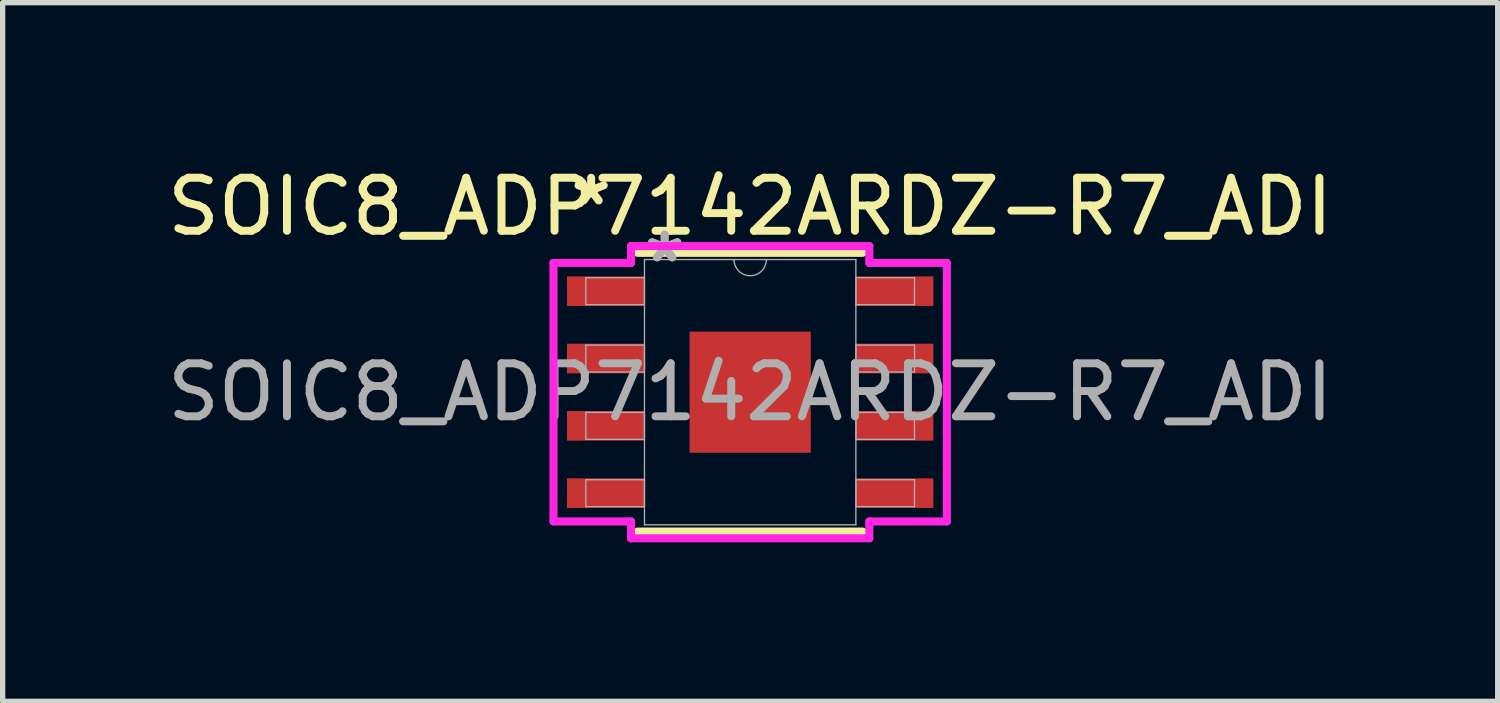
<source format=kicad_pcb>
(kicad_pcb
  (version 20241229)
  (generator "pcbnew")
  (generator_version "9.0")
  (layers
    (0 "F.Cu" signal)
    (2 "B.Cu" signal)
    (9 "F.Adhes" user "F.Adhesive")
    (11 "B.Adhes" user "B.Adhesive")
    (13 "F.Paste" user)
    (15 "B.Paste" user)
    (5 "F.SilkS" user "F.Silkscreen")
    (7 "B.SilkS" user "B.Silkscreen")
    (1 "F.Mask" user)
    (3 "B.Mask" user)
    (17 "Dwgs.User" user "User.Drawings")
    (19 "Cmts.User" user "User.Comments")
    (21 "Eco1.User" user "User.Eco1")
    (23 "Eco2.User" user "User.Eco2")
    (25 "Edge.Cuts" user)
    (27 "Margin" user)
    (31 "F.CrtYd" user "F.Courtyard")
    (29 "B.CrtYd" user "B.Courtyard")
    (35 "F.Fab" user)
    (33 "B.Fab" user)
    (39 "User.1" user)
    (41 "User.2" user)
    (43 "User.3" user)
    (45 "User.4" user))
  (footprint "SOIC8_ADP7142ARDZ-R7_ADI"
    (layer "F.Cu")
    (at 11.101 4.348)
    (property "Reference" "SOIC8_ADP7142ARDZ-R7_ADI" (at 0 -3.5 0) (unlocked yes) (layer "F.SilkS") (effects (font (size 1 1) (thickness 0.15))))
    (attr smd)
    (fp_line (start -2.121 2.629) (end 2.121 2.629) (stroke (width 0.152) (type solid)) (layer "F.SilkS"))
    (fp_line (start 2.121 -2.629) (end -2.121 -2.629) (stroke (width 0.152) (type solid)) (layer "F.SilkS"))
    (fp_line (start -3.71 -2.438) (end -2.248 -2.438) (stroke (width 0.152) (type solid)) (layer "F.CrtYd"))
    (fp_line (start -3.71 2.438) (end -3.71 -2.438) (stroke (width 0.152) (type solid)) (layer "F.CrtYd"))
    (fp_line (start -3.71 2.438) (end -2.248 2.438) (stroke (width 0.152) (type solid)) (layer "F.CrtYd"))
    (fp_line (start -2.248 -2.756) (end 2.248 -2.756) (stroke (width 0.152) (type solid)) (layer "F.CrtYd"))
    (fp_line (start -2.248 -2.438) (end -2.248 -2.756) (stroke (width 0.152) (type solid)) (layer "F.CrtYd"))
    (fp_line (start -2.248 2.756) (end -2.248 2.438) (stroke (width 0.152) (type solid)) (layer "F.CrtYd"))
    (fp_line (start 2.248 -2.756) (end 2.248 -2.438) (stroke (width 0.152) (type solid)) (layer "F.CrtYd"))
    (fp_line (start 2.248 2.438) (end 2.248 2.756) (stroke (width 0.152) (type solid)) (layer "F.CrtYd"))
    (fp_line (start 2.248 2.756) (end -2.248 2.756) (stroke (width 0.152) (type solid)) (layer "F.CrtYd"))
    (fp_line (start 3.71 -2.438) (end 2.248 -2.438) (stroke (width 0.152) (type solid)) (layer "F.CrtYd"))
    (fp_line (start 3.71 -2.438) (end 3.71 2.438) (stroke (width 0.152) (type solid)) (layer "F.CrtYd"))
    (fp_line (start 3.71 2.438) (end 2.248 2.438) (stroke (width 0.152) (type solid)) (layer "F.CrtYd"))
    (fp_line (start -3.1 -2.159) (end -3.1 -1.651) (stroke (width 0.025) (type solid)) (layer "F.Fab"))
    (fp_line (start -3.1 -1.651) (end -1.994 -1.651) (stroke (width 0.025) (type solid)) (layer "F.Fab"))
    (fp_line (start -3.1 -0.889) (end -3.1 -0.381) (stroke (width 0.025) (type solid)) (layer "F.Fab"))
    (fp_line (start -3.1 -0.381) (end -1.994 -0.381) (stroke (width 0.025) (type solid)) (layer "F.Fab"))
    (fp_line (start -3.1 0.381) (end -3.1 0.889) (stroke (width 0.025) (type solid)) (layer "F.Fab"))
    (fp_line (start -3.1 0.889) (end -1.994 0.889) (stroke (width 0.025) (type solid)) (layer "F.Fab"))
    (fp_line (start -3.1 1.651) (end -3.1 2.159) (stroke (width 0.025) (type solid)) (layer "F.Fab"))
    (fp_line (start -3.1 2.159) (end -1.994 2.159) (stroke (width 0.025) (type solid)) (layer "F.Fab"))
    (fp_line (start -1.994 -2.502) (end -1.994 2.502) (stroke (width 0.025) (type solid)) (layer "F.Fab"))
    (fp_line (start -1.994 -2.159) (end -3.1 -2.159) (stroke (width 0.025) (type solid)) (layer "F.Fab"))
    (fp_line (start -1.994 -1.651) (end -1.994 -2.159) (stroke (width 0.025) (type solid)) (layer "F.Fab"))
    (fp_line (start -1.994 -0.889) (end -3.1 -0.889) (stroke (width 0.025) (type solid)) (layer "F.Fab"))
    (fp_line (start -1.994 -0.381) (end -1.994 -0.889) (stroke (width 0.025) (type solid)) (layer "F.Fab"))
    (fp_line (start -1.994 0.381) (end -3.1 0.381) (stroke (width 0.025) (type solid)) (layer "F.Fab"))
    (fp_line (start -1.994 0.889) (end -1.994 0.381) (stroke (width 0.025) (type solid)) (layer "F.Fab"))
    (fp_line (start -1.994 1.651) (end -3.1 1.651) (stroke (width 0.025) (type solid)) (layer "F.Fab"))
    (fp_line (start -1.994 2.159) (end -1.994 1.651) (stroke (width 0.025) (type solid)) (layer "F.Fab"))
    (fp_line (start -1.994 2.502) (end 1.994 2.502) (stroke (width 0.025) (type solid)) (layer "F.Fab"))
    (fp_line (start 1.994 -2.502) (end -1.994 -2.502) (stroke (width 0.025) (type solid)) (layer "F.Fab"))
    (fp_line (start 1.994 -2.159) (end 1.994 -1.651) (stroke (width 0.025) (type solid)) (layer "F.Fab"))
    (fp_line (start 1.994 -1.651) (end 3.1 -1.651) (stroke (width 0.025) (type solid)) (layer "F.Fab"))
    (fp_line (start 1.994 -0.889) (end 1.994 -0.381) (stroke (width 0.025) (type solid)) (layer "F.Fab"))
    (fp_line (start 1.994 -0.381) (end 3.1 -0.381) (stroke (width 0.025) (type solid)) (layer "F.Fab"))
    (fp_line (start 1.994 0.381) (end 1.994 0.889) (stroke (width 0.025) (type solid)) (layer "F.Fab"))
    (fp_line (start 1.994 0.889) (end 3.1 0.889) (stroke (width 0.025) (type solid)) (layer "F.Fab"))
    (fp_line (start 1.994 1.651) (end 1.994 2.159) (stroke (width 0.025) (type solid)) (layer "F.Fab"))
    (fp_line (start 1.994 2.159) (end 3.1 2.159) (stroke (width 0.025) (type solid)) (layer "F.Fab"))
    (fp_line (start 1.994 2.502) (end 1.994 -2.502) (stroke (width 0.025) (type solid)) (layer "F.Fab"))
    (fp_line (start 3.1 -2.159) (end 1.994 -2.159) (stroke (width 0.025) (type solid)) (layer "F.Fab"))
    (fp_line (start 3.1 -1.651) (end 3.1 -2.159) (stroke (width 0.025) (type solid)) (layer "F.Fab"))
    (fp_line (start 3.1 -0.889) (end 1.994 -0.889) (stroke (width 0.025) (type solid)) (layer "F.Fab"))
    (fp_line (start 3.1 -0.381) (end 3.1 -0.889) (stroke (width 0.025) (type solid)) (layer "F.Fab"))
    (fp_line (start 3.1 0.381) (end 1.994 0.381) (stroke (width 0.025) (type solid)) (layer "F.Fab"))
    (fp_line (start 3.1 0.889) (end 3.1 0.381) (stroke (width 0.025) (type solid)) (layer "F.Fab"))
    (fp_line (start 3.1 1.651) (end 1.994 1.651) (stroke (width 0.025) (type solid)) (layer "F.Fab"))
    (fp_line (start 3.1 2.159) (end 3.1 1.651) (stroke (width 0.025) (type solid)) (layer "F.Fab"))
    (fp_arc (start 0.3048 -2.5019) (mid 0 -2.1971) (end -0.3048 -2.5019) (stroke (width 0.0254) (type solid)) (layer "F.Fab"))
    (fp_text user "*" (at -3 -3.5 0) (layer "F.SilkS") (effects (font (size 1 1) (thickness 0.15))))
    (fp_text user "*" (at -1.613 -2.426 0) (unlocked yes) (layer "F.Fab") (effects (font (size 1 1) (thickness 0.15))))
    (fp_text user "*" (at -1.613 -2.426 0) (layer "F.Fab") (effects (font (size 1 1) (thickness 0.15))))
    (fp_text user "${REFERENCE}" (at 0 0 0) (unlocked yes) (layer "F.Fab") (effects (font (size 1 1) (thickness 0.15))))
    (pad "1" smd rect (at -2.725 -1.905) (size 1.462 0.559) (layers "F.Cu" "F.Mask" "F.Paste"))
    (pad "2" smd rect (at -2.725 -0.635) (size 1.462 0.559) (layers "F.Cu" "F.Mask" "F.Paste"))
    (pad "3" smd rect (at -2.725 0.635) (size 1.462 0.559) (layers "F.Cu" "F.Mask" "F.Paste"))
    (pad "4" smd rect (at -2.725 1.905) (size 1.462 0.559) (layers "F.Cu" "F.Mask" "F.Paste"))
    (pad "5" smd rect (at 2.725 1.905) (size 1.462 0.559) (layers "F.Cu" "F.Mask" "F.Paste"))
    (pad "6" smd rect (at 2.725 0.635) (size 1.462 0.559) (layers "F.Cu" "F.Mask" "F.Paste"))
    (pad "7" smd rect (at 2.725 -0.635) (size 1.462 0.559) (layers "F.Cu" "F.Mask" "F.Paste"))
    (pad "8" smd rect (at 2.725 -1.905) (size 1.462 0.559) (layers "F.Cu" "F.Mask" "F.Paste"))
    (pad "EPAD" smd rect (at 0 0) (size 2.286 2.286) (layers "F.Cu" "F.Mask" "F.Paste")))
  (gr_rect
    (start -3 -3)
    (end 25.202 10.18)
    (stroke (width 0.1) (type default))
    (fill no)
    (layer "Edge.Cuts")))
</source>
